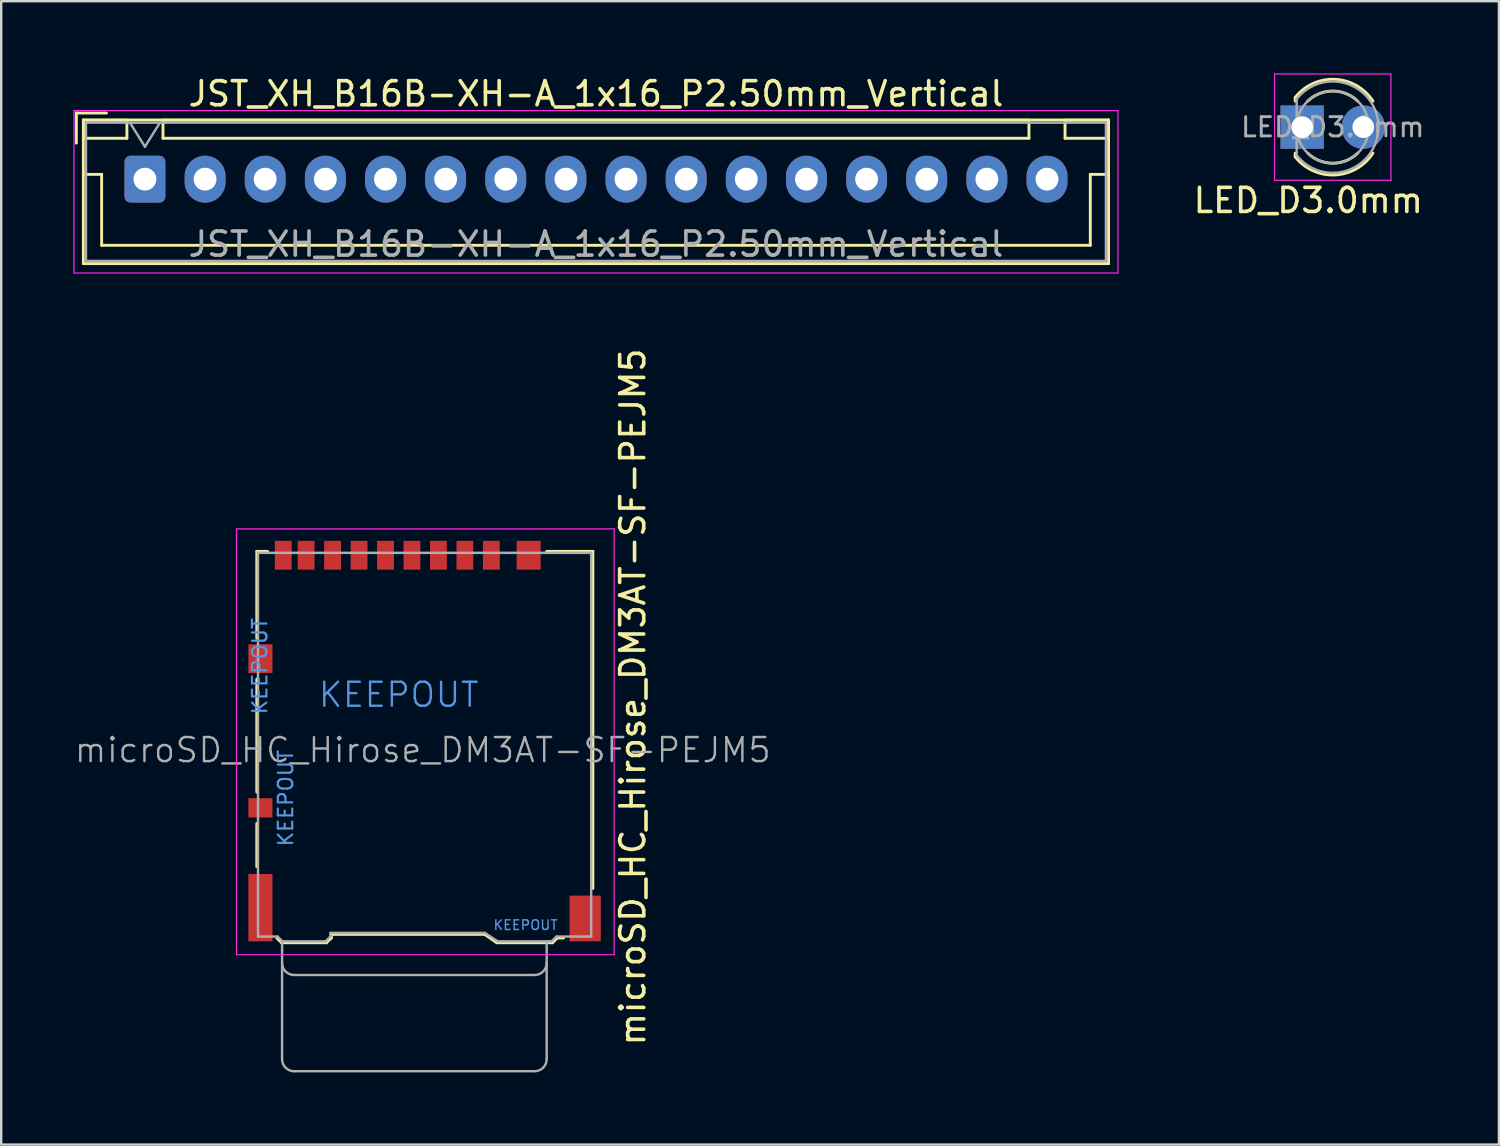
<source format=kicad_pcb>
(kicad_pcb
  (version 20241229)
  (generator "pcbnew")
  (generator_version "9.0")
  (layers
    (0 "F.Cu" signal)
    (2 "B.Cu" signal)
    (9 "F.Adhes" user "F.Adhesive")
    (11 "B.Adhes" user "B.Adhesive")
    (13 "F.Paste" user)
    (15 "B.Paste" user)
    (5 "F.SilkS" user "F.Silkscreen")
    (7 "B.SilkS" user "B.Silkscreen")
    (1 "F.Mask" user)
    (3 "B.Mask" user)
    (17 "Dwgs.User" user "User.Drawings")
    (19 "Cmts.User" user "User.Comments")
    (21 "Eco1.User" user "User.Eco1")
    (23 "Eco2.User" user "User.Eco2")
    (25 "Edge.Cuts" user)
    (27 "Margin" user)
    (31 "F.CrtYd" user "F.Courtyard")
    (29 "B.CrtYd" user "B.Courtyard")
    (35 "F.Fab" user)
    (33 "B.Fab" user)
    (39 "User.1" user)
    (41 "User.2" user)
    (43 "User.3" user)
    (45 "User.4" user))
  (footprint "LED_D3.0mm"
    (layer "F.Cu")
    (at 51.083 2.235)
    (property "Reference" "LED_D3.0mm" (at 0.254 3.048 0) (layer "F.SilkS") (effects (font (size 1 1) (thickness 0.15))))
    (attr through_hole)
    (fp_line (start -0.29 -1.236) (end -0.29 -1.08) (stroke (width 0.12) (type solid)) (layer "F.SilkS"))
    (fp_line (start -0.29 1.08) (end -0.29 1.236) (stroke (width 0.12) (type solid)) (layer "F.SilkS"))
    (fp_arc (start -0.29 -1.235516) (mid 1.36566 -1.987699) (end 2.941437 -1.08) (stroke (width 0.12) (type solid)) (layer "F.SilkS"))
    (fp_arc (start 0.229039 -1.08) (mid 1.27 -1.5) (end 2.310961 -1.08) (stroke (width 0.12) (type solid)) (layer "F.SilkS"))
    (fp_arc (start 2.310961 1.08) (mid 1.27 1.5) (end 0.229039 1.08) (stroke (width 0.12) (type solid)) (layer "F.SilkS"))
    (fp_arc (start 2.941437 1.08) (mid 1.36566 1.987699) (end -0.29 1.235516) (stroke (width 0.12) (type solid)) (layer "F.SilkS"))
    (fp_line (start -1.15 -2.21) (end -1.15 2.21) (stroke (width 0.05) (type solid)) (layer "F.CrtYd"))
    (fp_line (start -1.15 2.21) (end 3.69 2.21) (stroke (width 0.05) (type solid)) (layer "F.CrtYd"))
    (fp_line (start 3.69 -2.21) (end -1.15 -2.21) (stroke (width 0.05) (type solid)) (layer "F.CrtYd"))
    (fp_line (start 3.69 2.21) (end 3.69 -2.21) (stroke (width 0.05) (type solid)) (layer "F.CrtYd"))
    (fp_line (start -0.23 -1.166) (end -0.23 1.166) (stroke (width 0.1) (type solid)) (layer "F.Fab"))
    (fp_arc (start -0.23 -1.16619) (mid 3.17 0) (end -0.23 1.16619) (stroke (width 0.1) (type solid)) (layer "F.Fab"))
    (fp_circle (center 1.27 0) (end 2.77 0) (stroke (width 0.1) (type solid)) (fill no) (layer "F.Fab"))
    (fp_text user "${REFERENCE}" (at 1.27 0 180) (layer "F.Fab") (effects (font (size 0.8 0.8) (thickness 0.12))))
    (pad "1" thru_hole rect (at 0 0) (size 1.8 1.8) (drill 0.9) (layers "*.Cu" "*.Mask"))
    (pad "2" thru_hole circle (at 2.54 0) (size 1.8 1.8) (drill 0.9) (layers "*.Cu" "*.Mask")))
  (footprint "JST_XH_B16B-XH-A_1x16_P2.50mm_Vertical"
    (layer "F.Cu")
    (at 2.975 4.398)
    (property "Reference" "JST_XH_B16B-XH-A_1x16_P2.50mm_Vertical" (at 18.75 -3.55 0) (layer "F.SilkS") (effects (font (size 1 1) (thickness 0.15))))
    (attr through_hole)
    (fp_line (start -2.85 -2.75) (end -2.85 -1.5) (stroke (width 0.12) (type solid)) (layer "F.SilkS"))
    (fp_line (start -2.56 -2.46) (end -2.56 3.51) (stroke (width 0.12) (type solid)) (layer "F.SilkS"))
    (fp_line (start -2.56 3.51) (end 40.06 3.51) (stroke (width 0.12) (type solid)) (layer "F.SilkS"))
    (fp_line (start -2.55 -2.45) (end -2.55 -1.7) (stroke (width 0.12) (type solid)) (layer "F.SilkS"))
    (fp_line (start -2.55 -1.7) (end -0.75 -1.7) (stroke (width 0.12) (type solid)) (layer "F.SilkS"))
    (fp_line (start -2.55 -0.2) (end -1.8 -0.2) (stroke (width 0.12) (type solid)) (layer "F.SilkS"))
    (fp_line (start -1.8 -0.2) (end -1.8 2.75) (stroke (width 0.12) (type solid)) (layer "F.SilkS"))
    (fp_line (start -1.8 2.75) (end 18.75 2.75) (stroke (width 0.12) (type solid)) (layer "F.SilkS"))
    (fp_line (start -1.6 -2.75) (end -2.85 -2.75) (stroke (width 0.12) (type solid)) (layer "F.SilkS"))
    (fp_line (start -0.75 -2.45) (end -2.55 -2.45) (stroke (width 0.12) (type solid)) (layer "F.SilkS"))
    (fp_line (start -0.75 -1.7) (end -0.75 -2.45) (stroke (width 0.12) (type solid)) (layer "F.SilkS"))
    (fp_line (start 0.75 -2.45) (end 0.75 -1.7) (stroke (width 0.12) (type solid)) (layer "F.SilkS"))
    (fp_line (start 0.75 -1.7) (end 36.75 -1.7) (stroke (width 0.12) (type solid)) (layer "F.SilkS"))
    (fp_line (start 36.75 -2.45) (end 0.75 -2.45) (stroke (width 0.12) (type solid)) (layer "F.SilkS"))
    (fp_line (start 36.75 -1.7) (end 36.75 -2.45) (stroke (width 0.12) (type solid)) (layer "F.SilkS"))
    (fp_line (start 38.25 -2.45) (end 38.25 -1.7) (stroke (width 0.12) (type solid)) (layer "F.SilkS"))
    (fp_line (start 38.25 -1.7) (end 40.05 -1.7) (stroke (width 0.12) (type solid)) (layer "F.SilkS"))
    (fp_line (start 39.3 -0.2) (end 39.3 2.75) (stroke (width 0.12) (type solid)) (layer "F.SilkS"))
    (fp_line (start 39.3 2.75) (end 18.75 2.75) (stroke (width 0.12) (type solid)) (layer "F.SilkS"))
    (fp_line (start 40.05 -2.45) (end 38.25 -2.45) (stroke (width 0.12) (type solid)) (layer "F.SilkS"))
    (fp_line (start 40.05 -1.7) (end 40.05 -2.45) (stroke (width 0.12) (type solid)) (layer "F.SilkS"))
    (fp_line (start 40.05 -0.2) (end 39.3 -0.2) (stroke (width 0.12) (type solid)) (layer "F.SilkS"))
    (fp_line (start 40.06 -2.46) (end -2.56 -2.46) (stroke (width 0.12) (type solid)) (layer "F.SilkS"))
    (fp_line (start 40.06 3.51) (end 40.06 -2.46) (stroke (width 0.12) (type solid)) (layer "F.SilkS"))
    (fp_line (start -2.95 -2.85) (end -2.95 3.9) (stroke (width 0.05) (type solid)) (layer "F.CrtYd"))
    (fp_line (start -2.95 3.9) (end 40.45 3.9) (stroke (width 0.05) (type solid)) (layer "F.CrtYd"))
    (fp_line (start 40.45 -2.85) (end -2.95 -2.85) (stroke (width 0.05) (type solid)) (layer "F.CrtYd"))
    (fp_line (start 40.45 3.9) (end 40.45 -2.85) (stroke (width 0.05) (type solid)) (layer "F.CrtYd"))
    (fp_line (start -2.45 -2.35) (end -2.45 3.4) (stroke (width 0.1) (type solid)) (layer "F.Fab"))
    (fp_line (start -2.45 3.4) (end 39.95 3.4) (stroke (width 0.1) (type solid)) (layer "F.Fab"))
    (fp_line (start -0.625 -2.35) (end 0 -1.35) (stroke (width 0.1) (type solid)) (layer "F.Fab"))
    (fp_line (start 0 -1.35) (end 0.625 -2.35) (stroke (width 0.1) (type solid)) (layer "F.Fab"))
    (fp_line (start 39.95 -2.35) (end -2.45 -2.35) (stroke (width 0.1) (type solid)) (layer "F.Fab"))
    (fp_line (start 39.95 3.4) (end 39.95 -2.35) (stroke (width 0.1) (type solid)) (layer "F.Fab"))
    (fp_text user "${REFERENCE}" (at 18.75 2.7 0) (layer "F.Fab") (effects (font (size 1 1) (thickness 0.15))))
    (pad "1" thru_hole roundrect (at 0 0) (size 1.7 1.95) (drill 0.95) (layers "*.Cu" "*.Mask") (roundrect_rratio 0.147))
    (pad "2" thru_hole oval (at 2.5 0) (size 1.7 1.95) (drill 0.95) (layers "*.Cu" "*.Mask"))
    (pad "3" thru_hole oval (at 5 0) (size 1.7 1.95) (drill 0.95) (layers "*.Cu" "*.Mask"))
    (pad "4" thru_hole oval (at 7.5 0) (size 1.7 1.95) (drill 0.95) (layers "*.Cu" "*.Mask"))
    (pad "5" thru_hole oval (at 10 0) (size 1.7 1.95) (drill 0.95) (layers "*.Cu" "*.Mask"))
    (pad "6" thru_hole oval (at 12.5 0) (size 1.7 1.95) (drill 0.95) (layers "*.Cu" "*.Mask"))
    (pad "7" thru_hole oval (at 15 0) (size 1.7 1.95) (drill 0.95) (layers "*.Cu" "*.Mask"))
    (pad "8" thru_hole oval (at 17.5 0) (size 1.7 1.95) (drill 0.95) (layers "*.Cu" "*.Mask"))
    (pad "9" thru_hole oval (at 20 0) (size 1.7 1.95) (drill 0.95) (layers "*.Cu" "*.Mask"))
    (pad "10" thru_hole oval (at 22.5 0) (size 1.7 1.95) (drill 0.95) (layers "*.Cu" "*.Mask"))
    (pad "11" thru_hole oval (at 25 0) (size 1.7 1.95) (drill 0.95) (layers "*.Cu" "*.Mask"))
    (pad "12" thru_hole oval (at 27.5 0) (size 1.7 1.95) (drill 0.95) (layers "*.Cu" "*.Mask"))
    (pad "13" thru_hole oval (at 30 0) (size 1.7 1.95) (drill 0.95) (layers "*.Cu" "*.Mask"))
    (pad "14" thru_hole oval (at 32.5 0) (size 1.7 1.95) (drill 0.95) (layers "*.Cu" "*.Mask"))
    (pad "15" thru_hole oval (at 35 0) (size 1.7 1.95) (drill 0.95) (layers "*.Cu" "*.Mask"))
    (pad "16" thru_hole oval (at 37.5 0) (size 1.7 1.95) (drill 0.95) (layers "*.Cu" "*.Mask")))
  (footprint "microSD_HC_Hirose_DM3AT-SF-PEJM5"
    (layer "F.Cu")
    (at 14.601 27.757)
    (property "Reference" "microSD_HC_Hirose_DM3AT-SF-PEJM5" (at 8.654 -1.832 90) (layer "F.SilkS") (effects (font (size 1 1) (thickness 0.15))))
    (attr smd)
    (fp_line (start -6.975 -7.885) (end -6.975 -4.275) (stroke (width 0.12) (type solid)) (layer "F.SilkS"))
    (fp_line (start -6.975 -2.575) (end -6.975 2.125) (stroke (width 0.12) (type solid)) (layer "F.SilkS"))
    (fp_line (start -6.975 3.425) (end -6.975 5.225) (stroke (width 0.12) (type solid)) (layer "F.SilkS"))
    (fp_line (start -6.525 -7.885) (end -6.975 -7.885) (stroke (width 0.12) (type solid)) (layer "F.SilkS"))
    (fp_line (start -5.945 8.385) (end -6.145 8.185) (stroke (width 0.12) (type solid)) (layer "F.SilkS"))
    (fp_line (start -5.945 8.385) (end -4.085 8.385) (stroke (width 0.12) (type solid)) (layer "F.SilkS"))
    (fp_line (start -4.085 8.385) (end -3.875 8.185) (stroke (width 0.12) (type solid)) (layer "F.SilkS"))
    (fp_line (start -3.875 8.035) (end -3.875 8.185) (stroke (width 0.12) (type solid)) (layer "F.SilkS"))
    (fp_line (start -3.875 8.035) (end 2.495 8.035) (stroke (width 0.12) (type solid)) (layer "F.SilkS"))
    (fp_line (start 3.005 8.385) (end 2.495 8.035) (stroke (width 0.12) (type solid)) (layer "F.SilkS"))
    (fp_line (start 5.075 -7.885) (end 6.995 -7.885) (stroke (width 0.12) (type solid)) (layer "F.SilkS"))
    (fp_line (start 5.315 8.385) (end 3.005 8.385) (stroke (width 0.12) (type solid)) (layer "F.SilkS"))
    (fp_line (start 5.315 8.385) (end 5.515 8.185) (stroke (width 0.12) (type solid)) (layer "F.SilkS"))
    (fp_line (start 5.515 8.185) (end 5.775 8.185) (stroke (width 0.12) (type solid)) (layer "F.SilkS"))
    (fp_line (start 6.995 -7.885) (end 6.995 6.125) (stroke (width 0.12) (type solid)) (layer "F.SilkS"))
    (fp_line (start -7.82 -8.82) (end 7.88 -8.82) (stroke (width 0.05) (type solid)) (layer "F.CrtYd"))
    (fp_line (start -7.82 8.88) (end -7.82 -8.82) (stroke (width 0.05) (type solid)) (layer "F.CrtYd"))
    (fp_line (start 7.88 -8.82) (end 7.88 8.88) (stroke (width 0.05) (type solid)) (layer "F.CrtYd"))
    (fp_line (start 7.88 8.88) (end -7.82 8.88) (stroke (width 0.05) (type solid)) (layer "F.CrtYd"))
    (fp_line (start -6.925 8.125) (end -6.925 -7.825) (stroke (width 0.1) (type solid)) (layer "F.Fab"))
    (fp_line (start -6.115 8.125) (end -6.925 8.125) (stroke (width 0.1) (type solid)) (layer "F.Fab"))
    (fp_line (start -5.925 8.325) (end -5.925 13.225) (stroke (width 0.1) (type solid)) (layer "F.Fab"))
    (fp_line (start -5.915 8.325) (end -6.115 8.125) (stroke (width 0.1) (type solid)) (layer "F.Fab"))
    (fp_line (start -5.425 9.725) (end 4.575 9.725) (stroke (width 0.1) (type solid)) (layer "F.Fab"))
    (fp_line (start -5.425 13.725) (end 4.575 13.725) (stroke (width 0.1) (type solid)) (layer "F.Fab"))
    (fp_line (start -4.115 8.325) (end -5.915 8.325) (stroke (width 0.1) (type solid)) (layer "F.Fab"))
    (fp_line (start -3.915 8.125) (end -4.115 8.325) (stroke (width 0.1) (type solid)) (layer "F.Fab"))
    (fp_line (start -3.915 8.125) (end -3.915 7.975) (stroke (width 0.1) (type solid)) (layer "F.Fab"))
    (fp_line (start 2.51 7.975) (end -3.915 7.975) (stroke (width 0.1) (type solid)) (layer "F.Fab"))
    (fp_line (start 3.035 8.325) (end 2.51 7.975) (stroke (width 0.1) (type solid)) (layer "F.Fab"))
    (fp_line (start 5.075 13.225) (end 5.075 8.325) (stroke (width 0.1) (type solid)) (layer "F.Fab"))
    (fp_line (start 5.285 8.325) (end 3.035 8.325) (stroke (width 0.1) (type solid)) (layer "F.Fab"))
    (fp_line (start 5.285 8.325) (end 5.485 8.125) (stroke (width 0.1) (type solid)) (layer "F.Fab"))
    (fp_line (start 5.485 8.125) (end 6.925 8.125) (stroke (width 0.1) (type solid)) (layer "F.Fab"))
    (fp_line (start 6.925 -7.825) (end -6.925 -7.825) (stroke (width 0.1) (type solid)) (layer "F.Fab"))
    (fp_line (start 6.925 8.125) (end 6.925 -7.825) (stroke (width 0.1) (type solid)) (layer "F.Fab"))
    (fp_arc (start -5.425 9.725) (mid -5.778553 9.578553) (end -5.925 9.225) (stroke (width 0.1) (type solid)) (layer "F.Fab"))
    (fp_arc (start -5.425 13.725) (mid -5.778553 13.578553) (end -5.925 13.225) (stroke (width 0.1) (type solid)) (layer "F.Fab"))
    (fp_arc (start 5.075 9.225) (mid 4.928553 9.578553) (end 4.575 9.725) (stroke (width 0.1) (type solid)) (layer "F.Fab"))
    (fp_arc (start 5.075 13.225) (mid 4.928553 13.578553) (end 4.575 13.725) (stroke (width 0.1) (type solid)) (layer "F.Fab"))
    (fp_text user "KEEPOUT" (at 4.2 7.65 0) (layer "Cmts.User") (effects (font (size 0.4 0.4) (thickness 0.06))))
    (fp_text user "KEEPOUT" (at -1.075 -1.925 0) (layer "Cmts.User") (effects (font (size 1 1) (thickness 0.1))))
    (fp_text user "KEEPOUT" (at -6.85 -3.115 90) (layer "Cmts.User") (effects (font (size 0.6 0.6) (thickness 0.09))))
    (fp_text user "KEEPOUT" (at -5.775 2.375 90) (layer "Cmts.User") (effects (font (size 0.6 0.6) (thickness 0.09))))
    (fp_text user "${REFERENCE}" (at -0.075 0.375 0) (layer "F.Fab") (effects (font (size 1 1) (thickness 0.1))))
    (pad "1" smd rect (at 2.775 -7.725) (size 0.7 1.2) (layers "F.Cu" "F.Mask" "F.Paste"))
    (pad "2" smd rect (at 1.675 -7.725) (size 0.7 1.2) (layers "F.Cu" "F.Mask" "F.Paste"))
    (pad "3" smd rect (at 0.575 -7.725) (size 0.7 1.2) (layers "F.Cu" "F.Mask" "F.Paste"))
    (pad "4" smd rect (at -0.525 -7.725) (size 0.7 1.2) (layers "F.Cu" "F.Mask" "F.Paste"))
    (pad "5" smd rect (at -1.625 -7.725) (size 0.7 1.2) (layers "F.Cu" "F.Mask" "F.Paste"))
    (pad "6" smd rect (at -2.725 -7.725) (size 0.7 1.2) (layers "F.Cu" "F.Mask" "F.Paste"))
    (pad "7" smd rect (at -3.825 -7.725) (size 0.7 1.2) (layers "F.Cu" "F.Mask" "F.Paste"))
    (pad "8" smd rect (at -4.925 -7.725) (size 0.7 1.2) (layers "F.Cu" "F.Mask" "F.Paste"))
    (pad "9" smd rect (at -5.875 -7.725) (size 0.7 1.2) (layers "F.Cu" "F.Mask" "F.Paste"))
    (pad "10" smd rect (at -6.825 2.775) (size 1 0.8) (layers "F.Cu" "F.Mask" "F.Paste"))
    (pad "11" smd rect (at -6.825 -3.425) (size 1 1.2) (layers "F.Cu" "F.Mask" "F.Paste"))
    (pad "11" smd rect (at -6.825 6.925) (size 1 2.8) (layers "F.Cu" "F.Mask" "F.Paste"))
    (pad "11" smd rect (at 4.325 -7.725) (size 1 1.2) (layers "F.Cu" "F.Mask" "F.Paste"))
    (pad "11" smd rect (at 6.675 7.375) (size 1.3 1.9) (layers "F.Cu" "F.Mask" "F.Paste"))
    (zone (net_name "") (layer "F.Cu") (hatch full 0.508) (connect_pads) (min_thickness 0.254) (filled_areas_thickness no) (keepout (tracks not_allowed) (vias not_allowed) (pads not_allowed) (copperpour not_allowed) (footprints not_allowed)) (placement (enabled no)) (fill) (polygon (pts (xy 8.106 23.657) (xy 7.356 23.657) (xy 7.356 20.407) (xy 8.106 20.407))))
    (zone (net_name "") (layer "F.Cu") (hatch full 0.508) (connect_pads) (min_thickness 0.254) (filled_areas_thickness no) (keepout (tracks not_allowed) (vias not_allowed) (pads not_allowed) (copperpour not_allowed) (footprints not_allowed)) (placement (enabled no)) (fill) (polygon (pts (xy 8.106 28.591) (xy 7.356 28.591) (xy 7.356 24.991) (xy 8.106 24.991))))
    (zone (net_name "") (layer "F.Cu") (hatch full 0.508) (connect_pads) (min_thickness 0.254) (filled_areas_thickness no) (keepout (tracks not_allowed) (vias not_allowed) (pads not_allowed) (copperpour not_allowed) (footprints not_allowed)) (placement (enabled no)) (fill) (polygon (pts (xy 8.456 26.257) (xy 9.156 26.257) (xy 9.156 33.857) (xy 8.456 33.857))))
    (zone (net_name "") (layer "F.Cu") (hatch full 0.508) (connect_pads) (min_thickness 0.254) (filled_areas_thickness no) (keepout (tracks not_allowed) (vias not_allowed) (pads not_allowed) (copperpour not_allowed) (footprints not_allowed)) (placement (enabled no)) (fill) (polygon (pts (xy 17.506 34.657) (xy 20.056 34.657) (xy 20.056 36.007) (xy 17.506 36.007))))
    (zone (net_name "") (layer "F.Cu") (hatch full 0.508) (connect_pads) (min_thickness 0.254) (filled_areas_thickness no) (keepout (tracks not_allowed) (vias not_allowed) (pads not_allowed) (copperpour not_allowed) (footprints not_allowed)) (placement (enabled no)) (fill) (polygon (pts (xy 17.856 26.557) (xy 9.156 26.557) (xy 9.156 24.957) (xy 17.856 24.957)))))
  (gr_rect
    (start -3 -3)
    (end 59.262 44.532)
    (stroke (width 0.1) (type default))
    (fill no)
    (layer "Edge.Cuts")))
</source>
